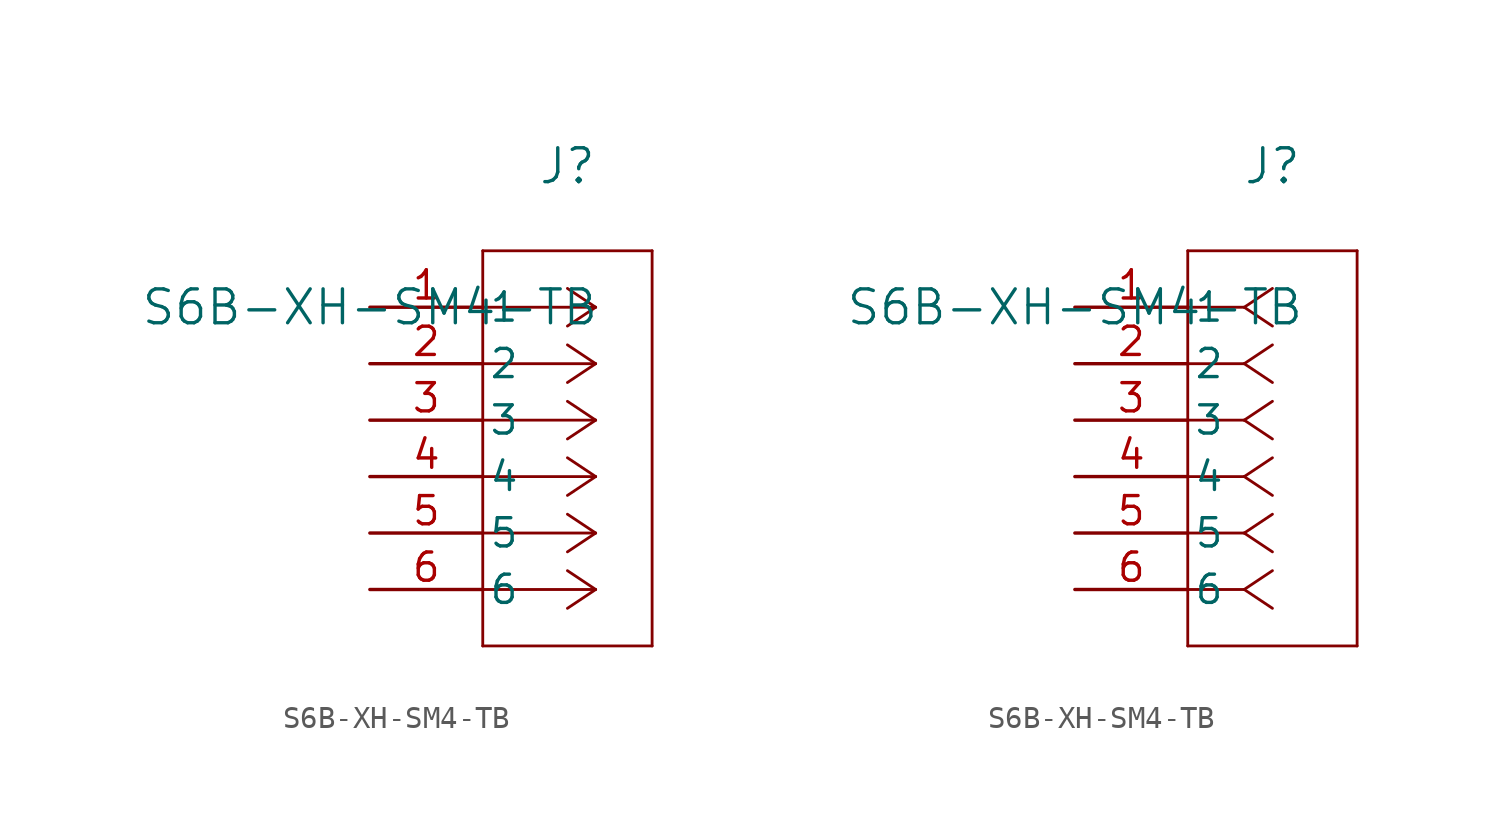
<source format=kicad_sym>
(kicad_symbol_lib
  (version 20211014)
  (generator kicad_symbol_editor)
  (symbol "S6B-XH-SM4-TB"
    (pin_names
      (offset 0.254))
    (property "Reference" "J"
      (at 8.89 6.35 0)
      (effects (font (size 1.524 1.524))))
    (property "Value" "S6B-XH-SM4-TB"
      (at 0 0 0)
      (effects (font (size 1.524 1.524))))
    (symbol "S6B-XH-SM4-TB_1_1"
      (polyline (pts (xy 10.16 0) (xy 5.08 0)) (stroke (width 0.127) (type default) (color 0 0 0 0)) (fill (type none)))
      (polyline (pts (xy 10.16 -2.54) (xy 5.08 -2.54)) (stroke (width 0.127) (type default) (color 0 0 0 0)) (fill (type none)))
      (polyline (pts (xy 10.16 -5.08) (xy 5.08 -5.08)) (stroke (width 0.127) (type default) (color 0 0 0 0)) (fill (type none)))
      (polyline (pts (xy 10.16 -7.62) (xy 5.08 -7.62)) (stroke (width 0.127) (type default) (color 0 0 0 0)) (fill (type none)))
      (polyline (pts (xy 10.16 -10.16) (xy 5.08 -10.16)) (stroke (width 0.127) (type default) (color 0 0 0 0)) (fill (type none)))
      (polyline (pts (xy 10.16 -12.7) (xy 5.08 -12.7)) (stroke (width 0.127) (type default) (color 0 0 0 0)) (fill (type none)))
      (polyline (pts (xy 10.16 0) (xy 8.89 0.847)) (stroke (width 0.127) (type default) (color 0 0 0 0)) (fill (type none)))
      (polyline (pts (xy 10.16 -2.54) (xy 8.89 -1.693)) (stroke (width 0.127) (type default) (color 0 0 0 0)) (fill (type none)))
      (polyline (pts (xy 10.16 -5.08) (xy 8.89 -4.233)) (stroke (width 0.127) (type default) (color 0 0 0 0)) (fill (type none)))
      (polyline (pts (xy 10.16 -7.62) (xy 8.89 -6.773)) (stroke (width 0.127) (type default) (color 0 0 0 0)) (fill (type none)))
      (polyline (pts (xy 10.16 -10.16) (xy 8.89 -9.313)) (stroke (width 0.127) (type default) (color 0 0 0 0)) (fill (type none)))
      (polyline (pts (xy 10.16 -12.7) (xy 8.89 -11.853)) (stroke (width 0.127) (type default) (color 0 0 0 0)) (fill (type none)))
      (polyline (pts (xy 10.16 0) (xy 8.89 -0.847)) (stroke (width 0.127) (type default) (color 0 0 0 0)) (fill (type none)))
      (polyline (pts (xy 10.16 -2.54) (xy 8.89 -3.387)) (stroke (width 0.127) (type default) (color 0 0 0 0)) (fill (type none)))
      (polyline (pts (xy 10.16 -5.08) (xy 8.89 -5.927)) (stroke (width 0.127) (type default) (color 0 0 0 0)) (fill (type none)))
      (polyline (pts (xy 10.16 -7.62) (xy 8.89 -8.467)) (stroke (width 0.127) (type default) (color 0 0 0 0)) (fill (type none)))
      (polyline (pts (xy 10.16 -10.16) (xy 8.89 -11.007)) (stroke (width 0.127) (type default) (color 0 0 0 0)) (fill (type none)))
      (polyline (pts (xy 10.16 -12.7) (xy 8.89 -13.547)) (stroke (width 0.127) (type default) (color 0 0 0 0)) (fill (type none)))
      (polyline (pts (xy 5.08 2.54) (xy 5.08 -15.24)) (stroke (width 0.127) (type default) (color 0 0 0 0)) (fill (type none)))
      (polyline (pts (xy 5.08 -15.24) (xy 12.7 -15.24)) (stroke (width 0.127) (type default) (color 0 0 0 0)) (fill (type none)))
      (polyline (pts (xy 12.7 -15.24) (xy 12.7 2.54)) (stroke (width 0.127) (type default) (color 0 0 0 0)) (fill (type none)))
      (polyline (pts (xy 12.7 2.54) (xy 5.08 2.54)) (stroke (width 0.127) (type default) (color 0 0 0 0)) (fill (type none)))
      (pin unspecified line (at 0 0 0) (length 5.08) (name "1" (effects (font (size 1.27 1.27)))) (number "1" (effects (font (size 1.27 1.27)))))
      (pin unspecified line (at 0 -2.54 0) (length 5.08) (name "2" (effects (font (size 1.27 1.27)))) (number "2" (effects (font (size 1.27 1.27)))))
      (pin unspecified line (at 0 -5.08 0) (length 5.08) (name "3" (effects (font (size 1.27 1.27)))) (number "3" (effects (font (size 1.27 1.27)))))
      (pin unspecified line (at 0 -7.62 0) (length 5.08) (name "4" (effects (font (size 1.27 1.27)))) (number "4" (effects (font (size 1.27 1.27)))))
      (pin unspecified line (at 0 -10.16 0) (length 5.08) (name "5" (effects (font (size 1.27 1.27)))) (number "5" (effects (font (size 1.27 1.27)))))
      (pin unspecified line (at 0 -12.7 0) (length 5.08) (name "6" (effects (font (size 1.27 1.27)))) (number "6" (effects (font (size 1.27 1.27))))))
    (symbol "S6B-XH-SM4-TB_1_2"
      (polyline (pts (xy 7.62 0) (xy 5.08 0)) (stroke (width 0.127) (type default) (color 0 0 0 0)) (fill (type none)))
      (polyline (pts (xy 7.62 -2.54) (xy 5.08 -2.54)) (stroke (width 0.127) (type default) (color 0 0 0 0)) (fill (type none)))
      (polyline (pts (xy 7.62 -5.08) (xy 5.08 -5.08)) (stroke (width 0.127) (type default) (color 0 0 0 0)) (fill (type none)))
      (polyline (pts (xy 7.62 -7.62) (xy 5.08 -7.62)) (stroke (width 0.127) (type default) (color 0 0 0 0)) (fill (type none)))
      (polyline (pts (xy 7.62 -10.16) (xy 5.08 -10.16)) (stroke (width 0.127) (type default) (color 0 0 0 0)) (fill (type none)))
      (polyline (pts (xy 7.62 -12.7) (xy 5.08 -12.7)) (stroke (width 0.127) (type default) (color 0 0 0 0)) (fill (type none)))
      (polyline (pts (xy 7.62 0) (xy 8.89 0.847)) (stroke (width 0.127) (type default) (color 0 0 0 0)) (fill (type none)))
      (polyline (pts (xy 7.62 -2.54) (xy 8.89 -1.693)) (stroke (width 0.127) (type default) (color 0 0 0 0)) (fill (type none)))
      (polyline (pts (xy 7.62 -5.08) (xy 8.89 -4.233)) (stroke (width 0.127) (type default) (color 0 0 0 0)) (fill (type none)))
      (polyline (pts (xy 7.62 -7.62) (xy 8.89 -6.773)) (stroke (width 0.127) (type default) (color 0 0 0 0)) (fill (type none)))
      (polyline (pts (xy 7.62 -10.16) (xy 8.89 -9.313)) (stroke (width 0.127) (type default) (color 0 0 0 0)) (fill (type none)))
      (polyline (pts (xy 7.62 -12.7) (xy 8.89 -11.853)) (stroke (width 0.127) (type default) (color 0 0 0 0)) (fill (type none)))
      (polyline (pts (xy 7.62 0) (xy 8.89 -0.847)) (stroke (width 0.127) (type default) (color 0 0 0 0)) (fill (type none)))
      (polyline (pts (xy 7.62 -2.54) (xy 8.89 -3.387)) (stroke (width 0.127) (type default) (color 0 0 0 0)) (fill (type none)))
      (polyline (pts (xy 7.62 -5.08) (xy 8.89 -5.927)) (stroke (width 0.127) (type default) (color 0 0 0 0)) (fill (type none)))
      (polyline (pts (xy 7.62 -7.62) (xy 8.89 -8.467)) (stroke (width 0.127) (type default) (color 0 0 0 0)) (fill (type none)))
      (polyline (pts (xy 7.62 -10.16) (xy 8.89 -11.007)) (stroke (width 0.127) (type default) (color 0 0 0 0)) (fill (type none)))
      (polyline (pts (xy 7.62 -12.7) (xy 8.89 -13.547)) (stroke (width 0.127) (type default) (color 0 0 0 0)) (fill (type none)))
      (polyline (pts (xy 5.08 2.54) (xy 5.08 -15.24)) (stroke (width 0.127) (type default) (color 0 0 0 0)) (fill (type none)))
      (polyline (pts (xy 5.08 -15.24) (xy 12.7 -15.24)) (stroke (width 0.127) (type default) (color 0 0 0 0)) (fill (type none)))
      (polyline (pts (xy 12.7 -15.24) (xy 12.7 2.54)) (stroke (width 0.127) (type default) (color 0 0 0 0)) (fill (type none)))
      (polyline (pts (xy 12.7 2.54) (xy 5.08 2.54)) (stroke (width 0.127) (type default) (color 0 0 0 0)) (fill (type none)))
      (pin unspecified line (at 0 0 0) (length 5.08) (name "1" (effects (font (size 1.27 1.27)))) (number "1" (effects (font (size 1.27 1.27)))))
      (pin unspecified line (at 0 -2.54 0) (length 5.08) (name "2" (effects (font (size 1.27 1.27)))) (number "2" (effects (font (size 1.27 1.27)))))
      (pin unspecified line (at 0 -5.08 0) (length 5.08) (name "3" (effects (font (size 1.27 1.27)))) (number "3" (effects (font (size 1.27 1.27)))))
      (pin unspecified line (at 0 -7.62 0) (length 5.08) (name "4" (effects (font (size 1.27 1.27)))) (number "4" (effects (font (size 1.27 1.27)))))
      (pin unspecified line (at 0 -10.16 0) (length 5.08) (name "5" (effects (font (size 1.27 1.27)))) (number "5" (effects (font (size 1.27 1.27)))))
      (pin unspecified line (at 0 -12.7 0) (length 5.08) (name "6" (effects (font (size 1.27 1.27)))) (number "6" (effects (font (size 1.27 1.27))))))))
</source>
